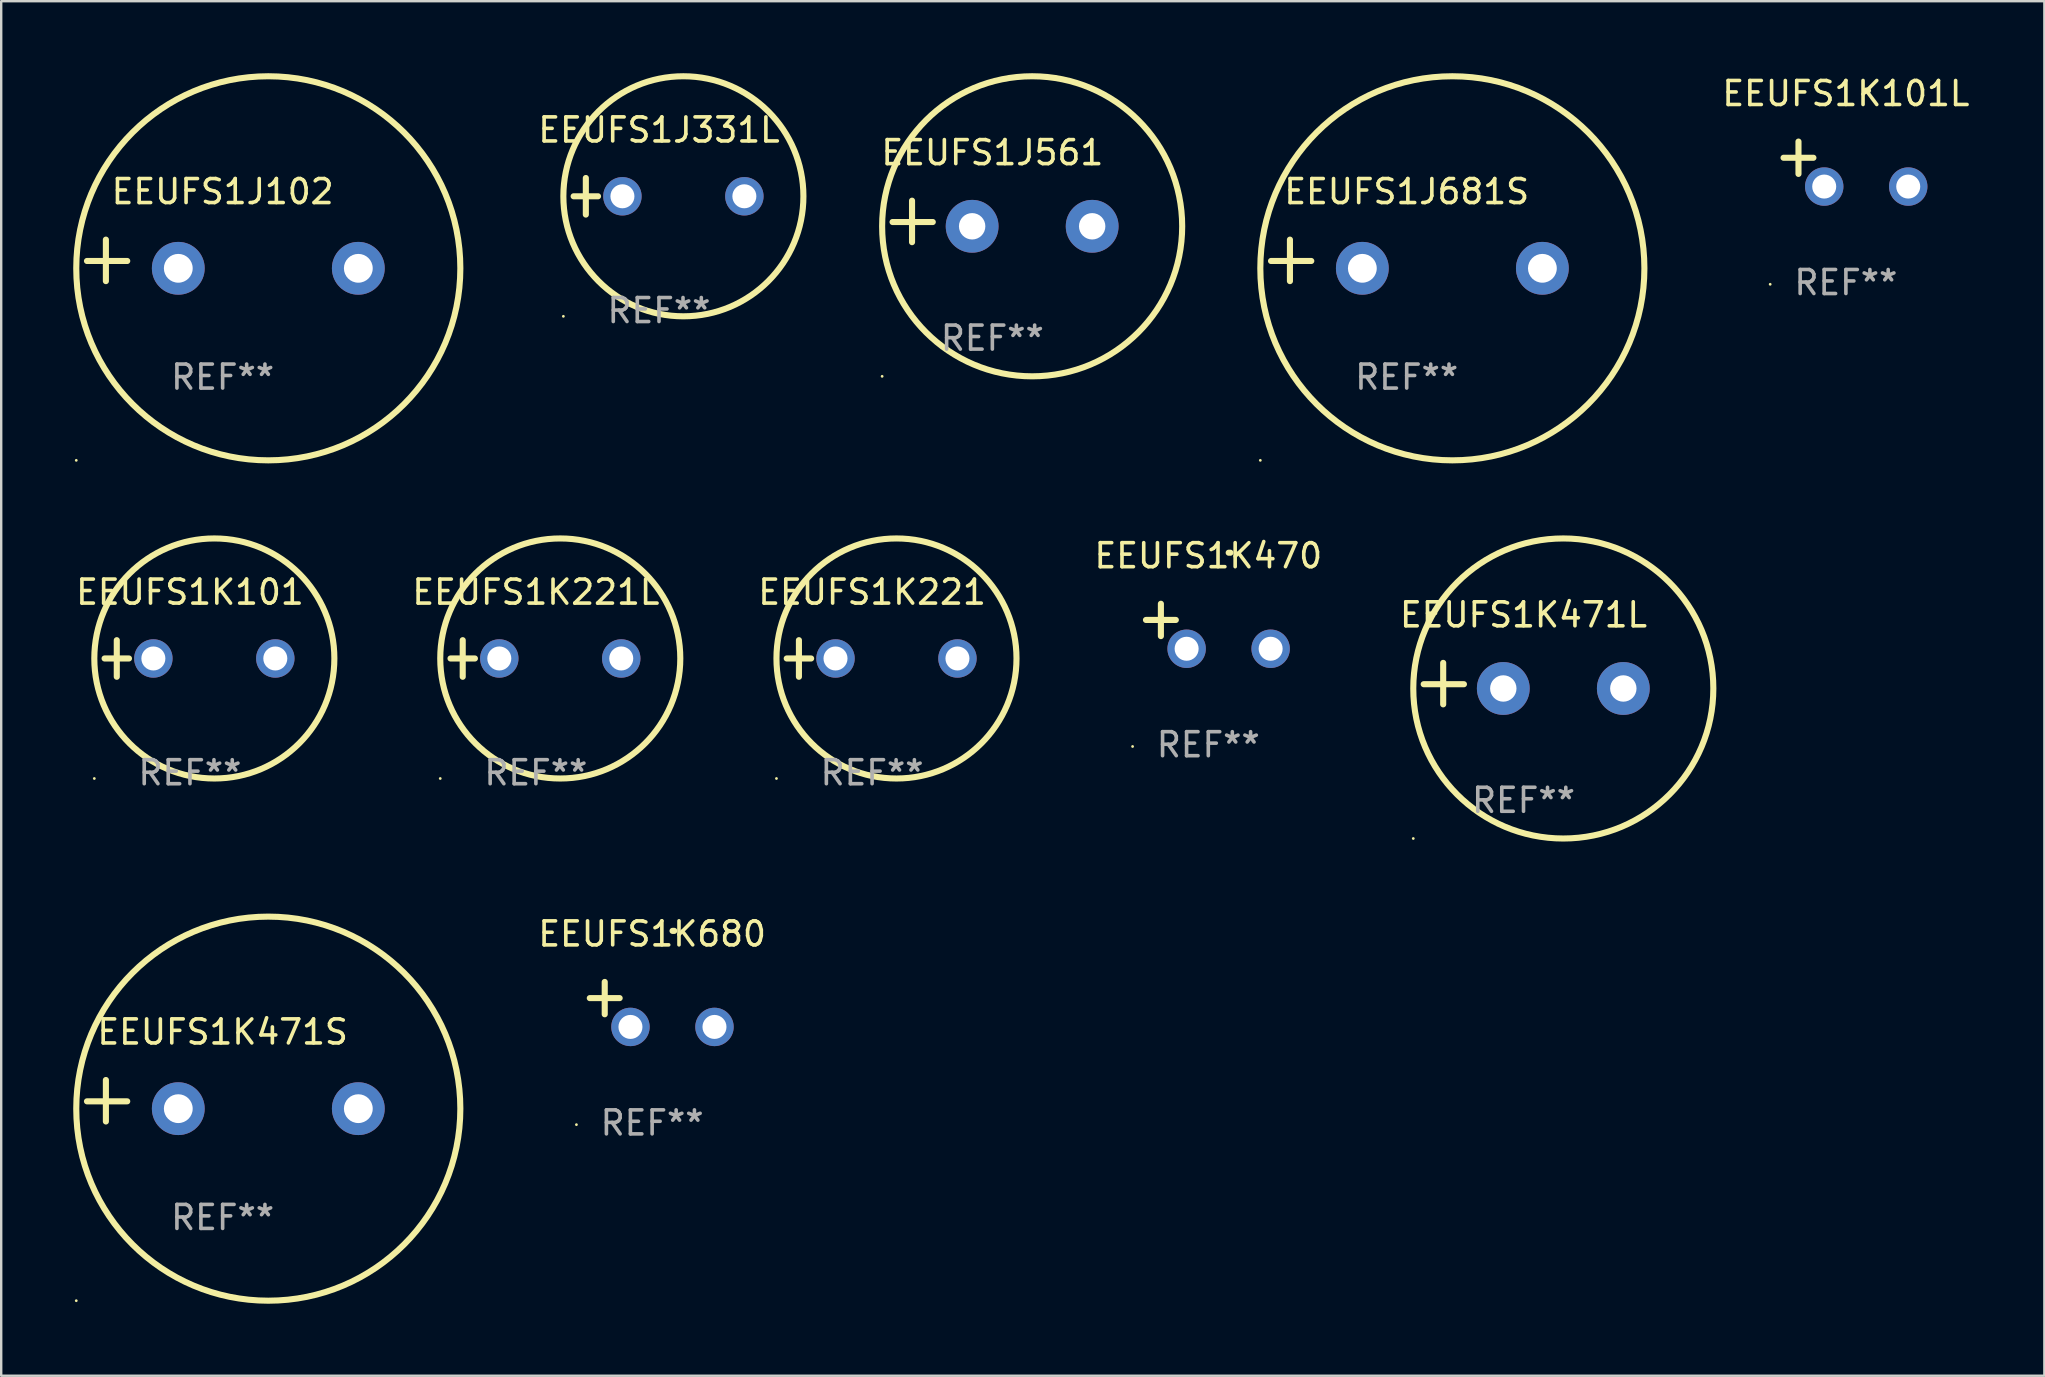
<source format=kicad_pcb>
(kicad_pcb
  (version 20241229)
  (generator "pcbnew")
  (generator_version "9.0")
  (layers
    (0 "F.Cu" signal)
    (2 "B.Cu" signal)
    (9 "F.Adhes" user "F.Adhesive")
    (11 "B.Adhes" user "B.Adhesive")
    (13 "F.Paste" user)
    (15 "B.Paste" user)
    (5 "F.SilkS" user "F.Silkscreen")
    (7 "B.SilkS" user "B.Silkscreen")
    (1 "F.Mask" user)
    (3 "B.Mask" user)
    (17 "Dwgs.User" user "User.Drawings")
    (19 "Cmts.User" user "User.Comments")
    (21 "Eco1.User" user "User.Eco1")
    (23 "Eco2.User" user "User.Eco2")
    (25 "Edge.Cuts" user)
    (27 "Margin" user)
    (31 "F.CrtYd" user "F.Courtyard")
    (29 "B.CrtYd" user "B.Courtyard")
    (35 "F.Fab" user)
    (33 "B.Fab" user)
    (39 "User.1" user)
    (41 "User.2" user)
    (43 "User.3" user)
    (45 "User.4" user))
  (footprint "EEUFS1J681S"
    (layer "F.Cu")
    (at 55.551 7.797)
    (property "Reference" "EEUFS1J681S" (at 0 -2.864 0) (layer "F.SilkS") (effects (font (size 1 1) (thickness 0.15))))
    (attr through_hole)
    (fp_line (start -4.864 0.864) (end -4.864 -0.864) (stroke (width 0.254) (type solid)) (layer "F.SilkS"))
    (fp_line (start -3.975 0.025) (end -5.652 0.025) (stroke (width 0.254) (type solid)) (layer "F.SilkS"))
    (fp_circle (center -6.098 8.33) (end -6.068 8.33) (stroke (width 0.06) (type solid)) (fill no) (layer "F.SilkS"))
    (fp_circle (center 1.902 0.33) (end 9.902 0.33) (stroke (width 0.254) (type solid)) (fill no) (layer "F.SilkS"))
    (fp_text user "REF**" (at 0 4.864 0) (layer "F.Fab") (effects (font (size 1 1) (thickness 0.15))))
    (pad "1" thru_hole circle (at -1.848 0.33) (size 2.2 2.2) (drill 1.2) (layers "*.Cu" "*.Mask"))
    (pad "2" thru_hole circle (at 5.652 0.33) (size 2.2 2.2) (drill 1.2) (layers "*.Cu" "*.Mask")))
  (footprint "EEUFS1K471S"
    (layer "F.Cu")
    (at 6.225 42.805)
    (property "Reference" "EEUFS1K471S" (at 0 -2.864 0) (layer "F.SilkS") (effects (font (size 1 1) (thickness 0.15))))
    (attr through_hole)
    (fp_line (start -4.864 0.864) (end -4.864 -0.864) (stroke (width 0.254) (type solid)) (layer "F.SilkS"))
    (fp_line (start -3.975 0.025) (end -5.652 0.025) (stroke (width 0.254) (type solid)) (layer "F.SilkS"))
    (fp_circle (center -6.098 8.33) (end -6.068 8.33) (stroke (width 0.06) (type solid)) (fill no) (layer "F.SilkS"))
    (fp_circle (center 1.902 0.33) (end 9.902 0.33) (stroke (width 0.254) (type solid)) (fill no) (layer "F.SilkS"))
    (fp_text user "REF**" (at 0 4.864 0) (layer "F.Fab") (effects (font (size 1 1) (thickness 0.15))))
    (pad "1" thru_hole circle (at -1.848 0.33) (size 2.2 2.2) (drill 1.2) (layers "*.Cu" "*.Mask"))
    (pad "2" thru_hole circle (at 5.652 0.33) (size 2.2 2.2) (drill 1.2) (layers "*.Cu" "*.Mask")))
  (footprint "EEUFS1J331L"
    (layer "F.Cu")
    (at 24.403 5.127)
    (property "Reference" "EEUFS1J331L" (at 0 -2.762 0) (layer "F.SilkS") (effects (font (size 1 1) (thickness 0.15))))
    (attr through_hole)
    (fp_line (start -3.556 0) (end -2.54 0) (stroke (width 0.254) (type solid)) (layer "F.SilkS"))
    (fp_line (start -3.048 -0.762) (end -3.048 0.762) (stroke (width 0.254) (type solid)) (layer "F.SilkS"))
    (fp_circle (center -3.984 5) (end -3.954 5) (stroke (width 0.06) (type solid)) (fill no) (layer "F.SilkS"))
    (fp_circle (center 1.016 0) (end 6.016 0) (stroke (width 0.254) (type solid)) (fill no) (layer "F.SilkS"))
    (fp_text user "REF**" (at 0 4.762 0) (layer "F.Fab") (effects (font (size 1 1) (thickness 0.15))))
    (pad "1" thru_hole circle (at -1.524 0) (size 1.6 1.6) (drill 1) (layers "*.Cu" "*.Mask"))
    (pad "2" thru_hole circle (at 3.556 0) (size 1.6 1.6) (drill 1) (layers "*.Cu" "*.Mask")))
  (footprint "EEUFS1K101"
    (layer "F.Cu")
    (at 4.863 24.381)
    (property "Reference" "EEUFS1K101" (at 0 -2.762 0) (layer "F.SilkS") (effects (font (size 1 1) (thickness 0.15))))
    (attr through_hole)
    (fp_line (start -3.556 0) (end -2.54 0) (stroke (width 0.254) (type solid)) (layer "F.SilkS"))
    (fp_line (start -3.048 -0.762) (end -3.048 0.762) (stroke (width 0.254) (type solid)) (layer "F.SilkS"))
    (fp_circle (center -3.984 5) (end -3.954 5) (stroke (width 0.06) (type solid)) (fill no) (layer "F.SilkS"))
    (fp_circle (center 1.016 0) (end 6.016 0) (stroke (width 0.254) (type solid)) (fill no) (layer "F.SilkS"))
    (fp_text user "REF**" (at 0 4.762 0) (layer "F.Fab") (effects (font (size 1 1) (thickness 0.15))))
    (pad "1" thru_hole circle (at -1.524 0) (size 1.6 1.6) (drill 1) (layers "*.Cu" "*.Mask"))
    (pad "2" thru_hole circle (at 3.556 0) (size 1.6 1.6) (drill 1) (layers "*.Cu" "*.Mask")))
  (footprint "EEUFS1J561"
    (layer "F.Cu")
    (at 38.29 6.174)
    (property "Reference" "EEUFS1J561" (at 0 -2.864 0) (layer "F.SilkS") (effects (font (size 1 1) (thickness 0.15))))
    (attr through_hole)
    (fp_line (start -3.346 0.864) (end -3.346 -0.864) (stroke (width 0.254) (type solid)) (layer "F.SilkS"))
    (fp_line (start -2.482 0.025) (end -4.158 0.025) (stroke (width 0.254) (type solid)) (layer "F.SilkS"))
    (fp_circle (center -4.592 6.453) (end -4.562 6.453) (stroke (width 0.06) (type solid)) (fill no) (layer "F.SilkS"))
    (fp_circle (center 1.658 0.203) (end 7.908 0.203) (stroke (width 0.254) (type solid)) (fill no) (layer "F.SilkS"))
    (fp_text user "REF**" (at 0 4.864 0) (layer "F.Fab") (effects (font (size 1 1) (thickness 0.15))))
    (pad "1" thru_hole circle (at -0.842 0.203) (size 2.2 2.2) (drill 1.1) (layers "*.Cu" "*.Mask"))
    (pad "2" thru_hole circle (at 4.158 0.203) (size 2.2 2.2) (drill 1.1) (layers "*.Cu" "*.Mask")))
  (footprint "EEUFS1K680"
    (layer "F.Cu")
    (at 24.117 38.793)
    (property "Reference" "EEUFS1K680" (at 0 -2.937 0) (layer "F.SilkS") (effects (font (size 1 1) (thickness 0.15))))
    (attr through_hole)
    (fp_line (start -1.975 0.41) (end -1.975 -0.937) (stroke (width 0.254) (type solid)) (layer "F.SilkS"))
    (fp_line (start -1.353 -0.263) (end -2.597 -0.263) (stroke (width 0.254) (type solid)) (layer "F.SilkS"))
    (fp_arc (start 0.849809 -3.063957) (mid 0.885369 -3.064114) (end 0.920929 -3.063957) (stroke (width 0.254001) (type solid)) (layer "F.SilkS"))
    (fp_circle (center -3.154 5.008) (end -3.124 5.008) (stroke (width 0.06) (type solid)) (fill no) (layer "F.SilkS"))
    (fp_text user "REF**" (at 0 4.937 0) (layer "F.Fab") (effects (font (size 1 1) (thickness 0.15))))
    (pad "1" thru_hole circle (at -0.903 0.937) (size 1.6 1.6) (drill 1) (layers "*.Cu" "*.Mask"))
    (pad "2" thru_hole circle (at 2.597 0.937) (size 1.6 1.6) (drill 1) (layers "*.Cu" "*.Mask")))
  (footprint "EEUFS1J102"
    (layer "F.Cu")
    (at 6.225 7.797)
    (property "Reference" "EEUFS1J102" (at 0 -2.864 0) (layer "F.SilkS") (effects (font (size 1 1) (thickness 0.15))))
    (attr through_hole)
    (fp_line (start -4.864 0.864) (end -4.864 -0.864) (stroke (width 0.254) (type solid)) (layer "F.SilkS"))
    (fp_line (start -3.975 0.025) (end -5.652 0.025) (stroke (width 0.254) (type solid)) (layer "F.SilkS"))
    (fp_circle (center -6.098 8.33) (end -6.068 8.33) (stroke (width 0.06) (type solid)) (fill no) (layer "F.SilkS"))
    (fp_circle (center 1.902 0.33) (end 9.902 0.33) (stroke (width 0.254) (type solid)) (fill no) (layer "F.SilkS"))
    (fp_text user "REF**" (at 0 4.864 0) (layer "F.Fab") (effects (font (size 1 1) (thickness 0.15))))
    (pad "1" thru_hole circle (at -1.848 0.33) (size 2.2 2.2) (drill 1.2) (layers "*.Cu" "*.Mask"))
    (pad "2" thru_hole circle (at 5.652 0.33) (size 2.2 2.2) (drill 1.2) (layers "*.Cu" "*.Mask")))
  (footprint "EEUFS1K101L"
    (layer "F.Cu")
    (at 73.847 3.785)
    (property "Reference" "EEUFS1K101L" (at 0 -2.937 0) (layer "F.SilkS") (effects (font (size 1 1) (thickness 0.15))))
    (attr through_hole)
    (fp_line (start -1.975 0.41) (end -1.975 -0.937) (stroke (width 0.254) (type solid)) (layer "F.SilkS"))
    (fp_line (start -1.353 -0.263) (end -2.597 -0.263) (stroke (width 0.254) (type solid)) (layer "F.SilkS"))
    (fp_arc (start 0.849809 -3.063957) (mid 0.885369 -3.064114) (end 0.920929 -3.063957) (stroke (width 0.254001) (type solid)) (layer "F.SilkS"))
    (fp_circle (center -3.154 5.008) (end -3.124 5.008) (stroke (width 0.06) (type solid)) (fill no) (layer "F.SilkS"))
    (fp_text user "REF**" (at 0 4.937 0) (layer "F.Fab") (effects (font (size 1 1) (thickness 0.15))))
    (pad "1" thru_hole circle (at -0.903 0.937) (size 1.6 1.6) (drill 1) (layers "*.Cu" "*.Mask"))
    (pad "2" thru_hole circle (at 2.597 0.937) (size 1.6 1.6) (drill 1) (layers "*.Cu" "*.Mask")))
  (footprint "EEUFS1K470"
    (layer "F.Cu")
    (at 47.286 23.039)
    (property "Reference" "EEUFS1K470" (at 0 -2.937 0) (layer "F.SilkS") (effects (font (size 1 1) (thickness 0.15))))
    (attr through_hole)
    (fp_line (start -1.975 0.41) (end -1.975 -0.937) (stroke (width 0.254) (type solid)) (layer "F.SilkS"))
    (fp_line (start -1.353 -0.263) (end -2.597 -0.263) (stroke (width 0.254) (type solid)) (layer "F.SilkS"))
    (fp_arc (start 0.849809 -3.063957) (mid 0.885369 -3.064114) (end 0.920929 -3.063957) (stroke (width 0.254001) (type solid)) (layer "F.SilkS"))
    (fp_circle (center -3.154 5.008) (end -3.124 5.008) (stroke (width 0.06) (type solid)) (fill no) (layer "F.SilkS"))
    (fp_text user "REF**" (at 0 4.937 0) (layer "F.Fab") (effects (font (size 1 1) (thickness 0.15))))
    (pad "1" thru_hole circle (at -0.903 0.937) (size 1.6 1.6) (drill 1) (layers "*.Cu" "*.Mask"))
    (pad "2" thru_hole circle (at 2.597 0.937) (size 1.6 1.6) (drill 1) (layers "*.Cu" "*.Mask")))
  (footprint "EEUFS1K221"
    (layer "F.Cu")
    (at 33.28 24.381)
    (property "Reference" "EEUFS1K221" (at 0 -2.762 0) (layer "F.SilkS") (effects (font (size 1 1) (thickness 0.15))))
    (attr through_hole)
    (fp_line (start -3.556 0) (end -2.54 0) (stroke (width 0.254) (type solid)) (layer "F.SilkS"))
    (fp_line (start -3.048 -0.762) (end -3.048 0.762) (stroke (width 0.254) (type solid)) (layer "F.SilkS"))
    (fp_circle (center -3.984 5) (end -3.954 5) (stroke (width 0.06) (type solid)) (fill no) (layer "F.SilkS"))
    (fp_circle (center 1.016 0) (end 6.016 0) (stroke (width 0.254) (type solid)) (fill no) (layer "F.SilkS"))
    (fp_text user "REF**" (at 0 4.762 0) (layer "F.Fab") (effects (font (size 1 1) (thickness 0.15))))
    (pad "1" thru_hole circle (at -1.524 0) (size 1.6 1.6) (drill 1) (layers "*.Cu" "*.Mask"))
    (pad "2" thru_hole circle (at 3.556 0) (size 1.6 1.6) (drill 1) (layers "*.Cu" "*.Mask")))
  (footprint "EEUFS1K471L"
    (layer "F.Cu")
    (at 60.417 25.428)
    (property "Reference" "EEUFS1K471L" (at 0 -2.864 0) (layer "F.SilkS") (effects (font (size 1 1) (thickness 0.15))))
    (attr through_hole)
    (fp_line (start -3.346 0.864) (end -3.346 -0.864) (stroke (width 0.254) (type solid)) (layer "F.SilkS"))
    (fp_line (start -2.482 0.025) (end -4.158 0.025) (stroke (width 0.254) (type solid)) (layer "F.SilkS"))
    (fp_circle (center -4.592 6.453) (end -4.562 6.453) (stroke (width 0.06) (type solid)) (fill no) (layer "F.SilkS"))
    (fp_circle (center 1.658 0.203) (end 7.908 0.203) (stroke (width 0.254) (type solid)) (fill no) (layer "F.SilkS"))
    (fp_text user "REF**" (at 0 4.864 0) (layer "F.Fab") (effects (font (size 1 1) (thickness 0.15))))
    (pad "1" thru_hole circle (at -0.842 0.203) (size 2.2 2.2) (drill 1.1) (layers "*.Cu" "*.Mask"))
    (pad "2" thru_hole circle (at 4.158 0.203) (size 2.2 2.2) (drill 1.1) (layers "*.Cu" "*.Mask")))
  (footprint "EEUFS1K221L"
    (layer "F.Cu")
    (at 19.274 24.381)
    (property "Reference" "EEUFS1K221L" (at 0 -2.762 0) (layer "F.SilkS") (effects (font (size 1 1) (thickness 0.15))))
    (attr through_hole)
    (fp_line (start -3.556 0) (end -2.54 0) (stroke (width 0.254) (type solid)) (layer "F.SilkS"))
    (fp_line (start -3.048 -0.762) (end -3.048 0.762) (stroke (width 0.254) (type solid)) (layer "F.SilkS"))
    (fp_circle (center -3.984 5) (end -3.954 5) (stroke (width 0.06) (type solid)) (fill no) (layer "F.SilkS"))
    (fp_circle (center 1.016 0) (end 6.016 0) (stroke (width 0.254) (type solid)) (fill no) (layer "F.SilkS"))
    (fp_text user "REF**" (at 0 4.762 0) (layer "F.Fab") (effects (font (size 1 1) (thickness 0.15))))
    (pad "1" thru_hole circle (at -1.524 0) (size 1.6 1.6) (drill 1) (layers "*.Cu" "*.Mask"))
    (pad "2" thru_hole circle (at 3.556 0) (size 1.6 1.6) (drill 1) (layers "*.Cu" "*.Mask")))
  (gr_rect
    (start -3 -3)
    (end 82.115 54.262)
    (stroke (width 0.1) (type default))
    (fill no)
    (layer "Edge.Cuts")))
</source>
